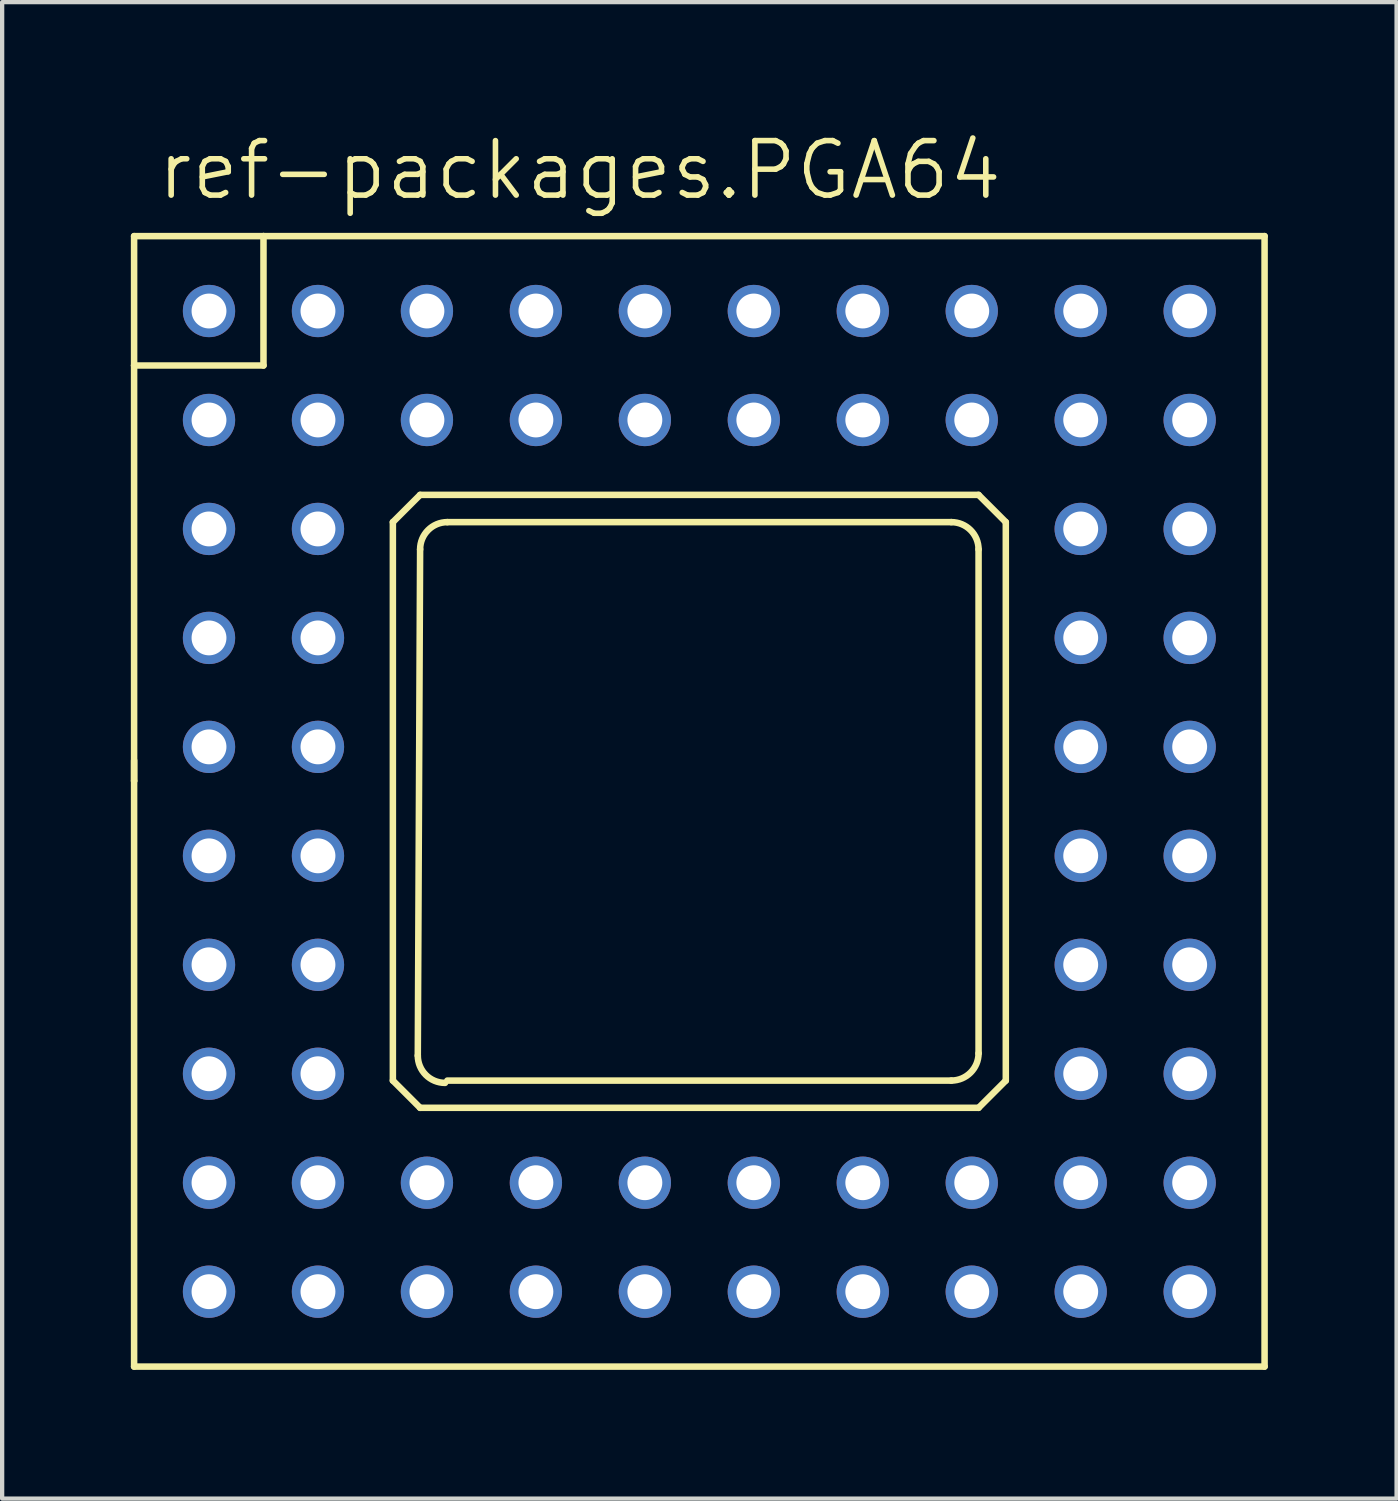
<source format=kicad_pcb>
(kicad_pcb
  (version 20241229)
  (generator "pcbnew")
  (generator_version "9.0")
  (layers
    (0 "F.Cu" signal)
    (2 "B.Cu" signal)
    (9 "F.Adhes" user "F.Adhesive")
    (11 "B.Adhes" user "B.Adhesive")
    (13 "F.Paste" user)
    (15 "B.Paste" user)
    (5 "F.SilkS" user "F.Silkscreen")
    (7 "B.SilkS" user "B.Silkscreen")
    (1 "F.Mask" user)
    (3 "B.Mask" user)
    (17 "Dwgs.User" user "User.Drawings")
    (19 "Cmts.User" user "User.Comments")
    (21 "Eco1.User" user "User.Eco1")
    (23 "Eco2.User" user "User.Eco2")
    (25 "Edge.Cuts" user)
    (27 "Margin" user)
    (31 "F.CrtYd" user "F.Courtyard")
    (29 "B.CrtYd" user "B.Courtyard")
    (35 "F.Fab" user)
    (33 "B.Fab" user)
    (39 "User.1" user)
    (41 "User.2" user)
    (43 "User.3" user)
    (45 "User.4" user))
  (footprint "ref-packages.PGA64"
    (layer "F.Cu")
    (at 13.252 15.63)
    (property "Reference" "ref-packages.PGA64" (at -12.7 -13.97 0) (layer "F.SilkS") (effects (font (size 1.27 1.27) (thickness 0.13)) (justify left bottom)))
    (attr through_hole)
    (fp_line (start -13.176 -0.953) (end -13.176 -0.476) (stroke (width 0.152) (type default)) (layer "F.SilkS"))
    (fp_line (start -13.176 13.176) (end 13.176 13.176) (stroke (width 0.152) (type default)) (layer "F.SilkS"))
    (fp_line (start -13.176 -13.176) (end -13.176 -10.16) (stroke (width 0.152) (type default)) (layer "F.SilkS"))
    (fp_line (start -13.176 -10.16) (end -13.176 -0.476) (stroke (width 0.152) (type default)) (layer "F.SilkS"))
    (fp_line (start -13.176 -0.476) (end -13.176 13.176) (stroke (width 0.152) (type default)) (layer "F.SilkS"))
    (fp_line (start -10.16 -13.176) (end -13.176 -13.176) (stroke (width 0.152) (type default)) (layer "F.SilkS"))
    (fp_line (start -10.16 -13.176) (end -10.16 -10.16) (stroke (width 0.152) (type default)) (layer "F.SilkS"))
    (fp_line (start -10.16 -10.16) (end -13.176 -10.16) (stroke (width 0.152) (type default)) (layer "F.SilkS"))
    (fp_line (start -7.144 -6.509) (end -7.144 6.509) (stroke (width 0.152) (type default)) (layer "F.SilkS"))
    (fp_line (start -7.144 6.509) (end -6.509 7.144) (stroke (width 0.152) (type default)) (layer "F.SilkS"))
    (fp_line (start -6.563 5.928) (end -6.509 -5.874) (stroke (width 0.152) (type default)) (layer "F.SilkS"))
    (fp_line (start -6.509 -7.144) (end -7.144 -6.509) (stroke (width 0.152) (type default)) (layer "F.SilkS"))
    (fp_line (start -6.509 7.144) (end 6.509 7.144) (stroke (width 0.152) (type default)) (layer "F.SilkS"))
    (fp_line (start -5.874 -6.509) (end 5.874 -6.509) (stroke (width 0.152) (type default)) (layer "F.SilkS"))
    (fp_line (start 5.874 6.509) (end -5.874 6.509) (stroke (width 0.152) (type default)) (layer "F.SilkS"))
    (fp_line (start 6.509 -7.144) (end -6.509 -7.144) (stroke (width 0.152) (type default)) (layer "F.SilkS"))
    (fp_line (start 6.509 -5.874) (end 6.509 5.874) (stroke (width 0.152) (type default)) (layer "F.SilkS"))
    (fp_line (start 6.509 7.144) (end 7.144 6.509) (stroke (width 0.152) (type default)) (layer "F.SilkS"))
    (fp_line (start 7.144 -6.509) (end 6.509 -7.144) (stroke (width 0.152) (type default)) (layer "F.SilkS"))
    (fp_line (start 7.144 6.509) (end 7.144 -6.509) (stroke (width 0.152) (type default)) (layer "F.SilkS"))
    (fp_line (start 13.176 13.176) (end 13.176 -13.176) (stroke (width 0.152) (type default)) (layer "F.SilkS"))
    (fp_line (start 13.176 -13.176) (end -10.16 -13.176) (stroke (width 0.152) (type default)) (layer "F.SilkS"))
    (fp_arc (start -6.509 -5.874) (mid -6.323013 -6.323013) (end -5.874 -6.509) (stroke (width 0.1524) (type default)) (layer "F.SilkS"))
    (fp_arc (start -5.9276 6.5626) (mid -6.376671 6.376671) (end -6.5626 5.9276) (stroke (width 0.1524) (type default)) (layer "F.SilkS"))
    (fp_arc (start 5.8738 -6.5088) (mid 6.322813 -6.322813) (end 6.5088 -5.8738) (stroke (width 0.1524) (type default)) (layer "F.SilkS"))
    (fp_arc (start 6.5088 5.8737) (mid 6.322813 6.322713) (end 5.8738 6.5087) (stroke (width 0.1524) (type default)) (layer "F.SilkS"))
    (pad "1" thru_hole circle (at -11.43 -11.43) (size 1.219 1.219) (drill 0.813) (layers "*.Cu" "*.Mask"))
    (pad "2" thru_hole circle (at -11.43 -8.89) (size 1.219 1.219) (drill 0.813) (layers "*.Cu" "*.Mask"))
    (pad "3" thru_hole circle (at -11.43 -6.35) (size 1.219 1.219) (drill 0.813) (layers "*.Cu" "*.Mask"))
    (pad "4" thru_hole circle (at -11.43 -3.81) (size 1.219 1.219) (drill 0.813) (layers "*.Cu" "*.Mask"))
    (pad "5" thru_hole circle (at -11.43 -1.27) (size 1.219 1.219) (drill 0.813) (layers "*.Cu" "*.Mask"))
    (pad "6" thru_hole circle (at -11.43 1.27) (size 1.219 1.219) (drill 0.813) (layers "*.Cu" "*.Mask"))
    (pad "7" thru_hole circle (at -11.43 3.81) (size 1.219 1.219) (drill 0.813) (layers "*.Cu" "*.Mask"))
    (pad "8" thru_hole circle (at -11.43 6.35) (size 1.219 1.219) (drill 0.813) (layers "*.Cu" "*.Mask"))
    (pad "9" thru_hole circle (at -11.43 8.89) (size 1.219 1.219) (drill 0.813) (layers "*.Cu" "*.Mask"))
    (pad "10" thru_hole circle (at -11.43 11.43) (size 1.219 1.219) (drill 0.813) (layers "*.Cu" "*.Mask"))
    (pad "11" thru_hole circle (at -8.89 11.43) (size 1.219 1.219) (drill 0.813) (layers "*.Cu" "*.Mask"))
    (pad "12" thru_hole circle (at -6.35 11.43) (size 1.219 1.219) (drill 0.813) (layers "*.Cu" "*.Mask"))
    (pad "13" thru_hole circle (at -3.81 11.43) (size 1.219 1.219) (drill 0.813) (layers "*.Cu" "*.Mask"))
    (pad "14" thru_hole circle (at -1.27 11.43) (size 1.219 1.219) (drill 0.813) (layers "*.Cu" "*.Mask"))
    (pad "15" thru_hole circle (at 1.27 11.43) (size 1.219 1.219) (drill 0.813) (layers "*.Cu" "*.Mask"))
    (pad "16" thru_hole circle (at 3.81 11.43) (size 1.219 1.219) (drill 0.813) (layers "*.Cu" "*.Mask"))
    (pad "17" thru_hole circle (at 6.35 11.43) (size 1.219 1.219) (drill 0.813) (layers "*.Cu" "*.Mask"))
    (pad "18" thru_hole circle (at 8.89 11.43) (size 1.219 1.219) (drill 0.813) (layers "*.Cu" "*.Mask"))
    (pad "19" thru_hole circle (at 11.43 11.43) (size 1.219 1.219) (drill 0.813) (layers "*.Cu" "*.Mask"))
    (pad "20" thru_hole circle (at 11.43 8.89) (size 1.219 1.219) (drill 0.813) (layers "*.Cu" "*.Mask"))
    (pad "21" thru_hole circle (at 11.43 6.35) (size 1.219 1.219) (drill 0.813) (layers "*.Cu" "*.Mask"))
    (pad "22" thru_hole circle (at 11.43 3.81) (size 1.219 1.219) (drill 0.813) (layers "*.Cu" "*.Mask"))
    (pad "23" thru_hole circle (at 11.43 1.27) (size 1.219 1.219) (drill 0.813) (layers "*.Cu" "*.Mask"))
    (pad "24" thru_hole circle (at 11.43 -1.27) (size 1.219 1.219) (drill 0.813) (layers "*.Cu" "*.Mask"))
    (pad "25" thru_hole circle (at 11.43 -3.81) (size 1.219 1.219) (drill 0.813) (layers "*.Cu" "*.Mask"))
    (pad "26" thru_hole circle (at 11.43 -6.35) (size 1.219 1.219) (drill 0.813) (layers "*.Cu" "*.Mask"))
    (pad "27" thru_hole circle (at 11.43 -8.89) (size 1.219 1.219) (drill 0.813) (layers "*.Cu" "*.Mask"))
    (pad "28" thru_hole circle (at 11.43 -11.43) (size 1.219 1.219) (drill 0.813) (layers "*.Cu" "*.Mask"))
    (pad "29" thru_hole circle (at 8.89 -11.43) (size 1.219 1.219) (drill 0.813) (layers "*.Cu" "*.Mask"))
    (pad "30" thru_hole circle (at 6.35 -11.43) (size 1.219 1.219) (drill 0.813) (layers "*.Cu" "*.Mask"))
    (pad "31" thru_hole circle (at 3.81 -11.43) (size 1.219 1.219) (drill 0.813) (layers "*.Cu" "*.Mask"))
    (pad "32" thru_hole circle (at 1.27 -11.43) (size 1.219 1.219) (drill 0.813) (layers "*.Cu" "*.Mask"))
    (pad "33" thru_hole circle (at -1.27 -11.43) (size 1.219 1.219) (drill 0.813) (layers "*.Cu" "*.Mask"))
    (pad "34" thru_hole circle (at -3.81 -11.43) (size 1.219 1.219) (drill 0.813) (layers "*.Cu" "*.Mask"))
    (pad "35" thru_hole circle (at -6.35 -11.43) (size 1.219 1.219) (drill 0.813) (layers "*.Cu" "*.Mask"))
    (pad "36" thru_hole circle (at -8.89 -11.43) (size 1.219 1.219) (drill 0.813) (layers "*.Cu" "*.Mask"))
    (pad "37" thru_hole circle (at -8.89 -8.89) (size 1.219 1.219) (drill 0.813) (layers "*.Cu" "*.Mask"))
    (pad "38" thru_hole circle (at -8.89 -6.35) (size 1.219 1.219) (drill 0.813) (layers "*.Cu" "*.Mask"))
    (pad "39" thru_hole circle (at -8.89 -3.81) (size 1.219 1.219) (drill 0.813) (layers "*.Cu" "*.Mask"))
    (pad "40" thru_hole circle (at -8.89 -1.27) (size 1.219 1.219) (drill 0.813) (layers "*.Cu" "*.Mask"))
    (pad "41" thru_hole circle (at -8.89 1.27) (size 1.219 1.219) (drill 0.813) (layers "*.Cu" "*.Mask"))
    (pad "42" thru_hole circle (at -8.89 3.81) (size 1.219 1.219) (drill 0.813) (layers "*.Cu" "*.Mask"))
    (pad "43" thru_hole circle (at -8.89 6.35) (size 1.219 1.219) (drill 0.813) (layers "*.Cu" "*.Mask"))
    (pad "44" thru_hole circle (at -8.89 8.89) (size 1.219 1.219) (drill 0.813) (layers "*.Cu" "*.Mask"))
    (pad "45" thru_hole circle (at -6.35 8.89) (size 1.219 1.219) (drill 0.813) (layers "*.Cu" "*.Mask"))
    (pad "46" thru_hole circle (at -3.81 8.89) (size 1.219 1.219) (drill 0.813) (layers "*.Cu" "*.Mask"))
    (pad "47" thru_hole circle (at -1.27 8.89) (size 1.219 1.219) (drill 0.813) (layers "*.Cu" "*.Mask"))
    (pad "48" thru_hole circle (at 1.27 8.89) (size 1.219 1.219) (drill 0.813) (layers "*.Cu" "*.Mask"))
    (pad "49" thru_hole circle (at 3.81 8.89) (size 1.219 1.219) (drill 0.813) (layers "*.Cu" "*.Mask"))
    (pad "50" thru_hole circle (at 6.35 8.89) (size 1.219 1.219) (drill 0.813) (layers "*.Cu" "*.Mask"))
    (pad "51" thru_hole circle (at 8.89 8.89) (size 1.219 1.219) (drill 0.813) (layers "*.Cu" "*.Mask"))
    (pad "52" thru_hole circle (at 8.89 6.35) (size 1.219 1.219) (drill 0.813) (layers "*.Cu" "*.Mask"))
    (pad "53" thru_hole circle (at 8.89 3.81) (size 1.219 1.219) (drill 0.813) (layers "*.Cu" "*.Mask"))
    (pad "54" thru_hole circle (at 8.89 1.27) (size 1.219 1.219) (drill 0.813) (layers "*.Cu" "*.Mask"))
    (pad "55" thru_hole circle (at 8.89 -1.27) (size 1.219 1.219) (drill 0.813) (layers "*.Cu" "*.Mask"))
    (pad "56" thru_hole circle (at 8.89 -3.81) (size 1.219 1.219) (drill 0.813) (layers "*.Cu" "*.Mask"))
    (pad "57" thru_hole circle (at 8.89 -6.35) (size 1.219 1.219) (drill 0.813) (layers "*.Cu" "*.Mask"))
    (pad "58" thru_hole circle (at 8.89 -8.89) (size 1.219 1.219) (drill 0.813) (layers "*.Cu" "*.Mask"))
    (pad "59" thru_hole circle (at 6.35 -8.89) (size 1.219 1.219) (drill 0.813) (layers "*.Cu" "*.Mask"))
    (pad "60" thru_hole circle (at 3.81 -8.89) (size 1.219 1.219) (drill 0.813) (layers "*.Cu" "*.Mask"))
    (pad "61" thru_hole circle (at 1.27 -8.89) (size 1.219 1.219) (drill 0.813) (layers "*.Cu" "*.Mask"))
    (pad "62" thru_hole circle (at -1.27 -8.89) (size 1.219 1.219) (drill 0.813) (layers "*.Cu" "*.Mask"))
    (pad "63" thru_hole circle (at -3.81 -8.89) (size 1.219 1.219) (drill 0.813) (layers "*.Cu" "*.Mask"))
    (pad "64" thru_hole circle (at -6.35 -8.89) (size 1.219 1.219) (drill 0.813) (layers "*.Cu" "*.Mask")))
  (gr_rect
    (start -3 -3)
    (end 29.505 31.883)
    (stroke (width 0.1) (type default))
    (fill no)
    (layer "Edge.Cuts")))
</source>
